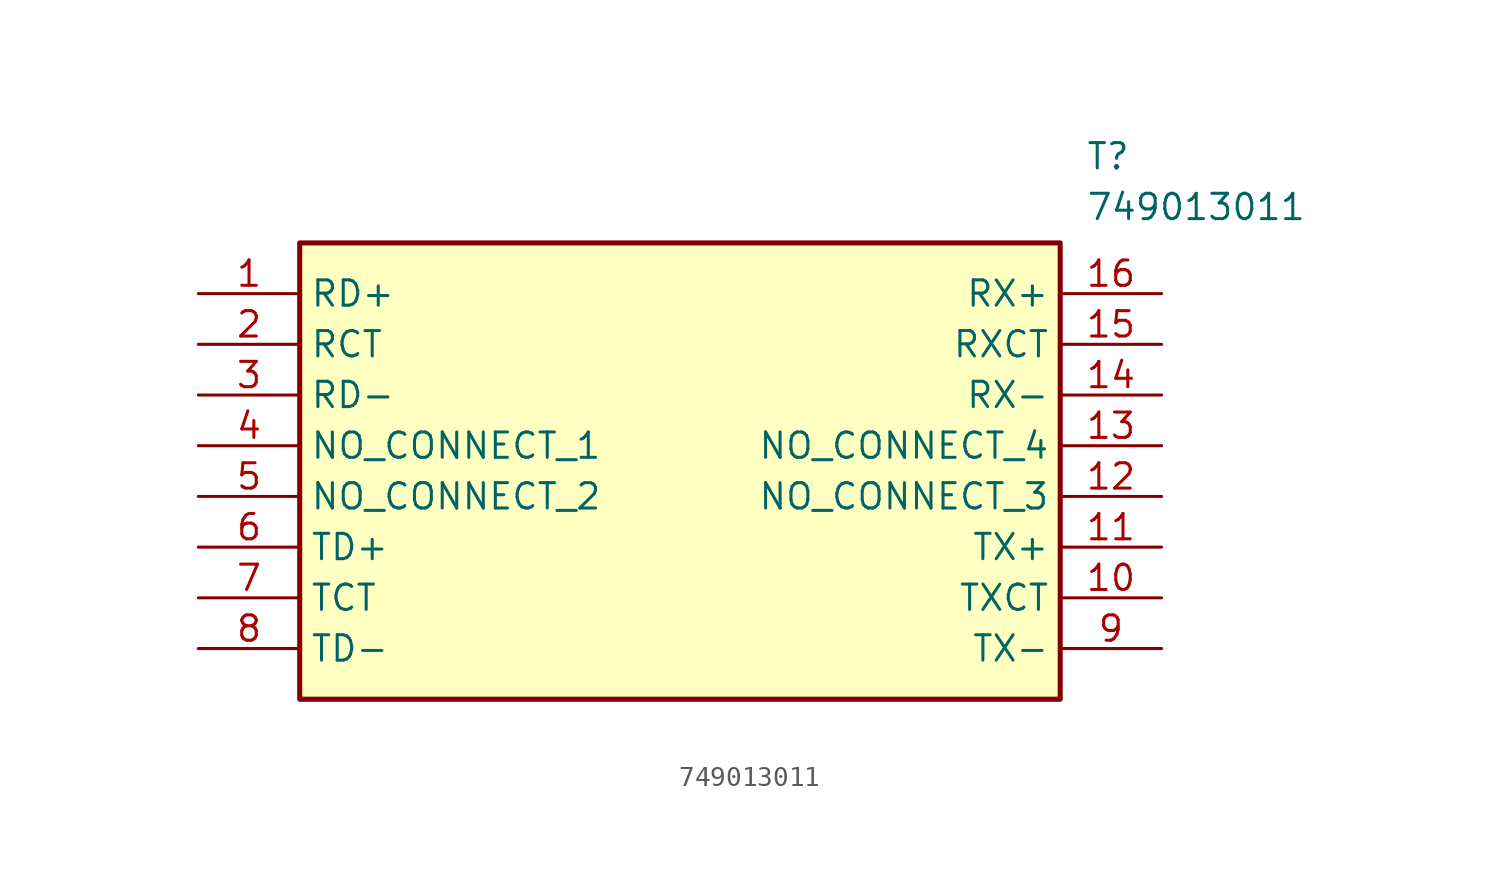
<source format=kicad_sym>
(kicad_symbol_lib
  (version 20211014)
  (generator SamacSys_ECAD_Model)
  (symbol "749013011"
    (property "Reference" "T"
      (at 44.45 7.62 0)
      (effects (font (size 1.27 1.27)) (justify left top)))
    (property "Value" "749013011"
      (at 44.45 5.08 0)
      (effects (font (size 1.27 1.27)) (justify left top)))
    (rectangle
      (start 5.08 2.54)
      (end 43.18 -20.32)
      (stroke (width 0.254) (type default))
      (fill (type background)))
    (pin passive line
      (at 0 0 0)
      (length 5.08)
      (name "RD+" (effects (font (size 1.27 1.27))))
      (number "1" (effects (font (size 1.27 1.27)))))
    (pin passive line
      (at 0 -2.54 0)
      (length 5.08)
      (name "RCT" (effects (font (size 1.27 1.27))))
      (number "2" (effects (font (size 1.27 1.27)))))
    (pin passive line
      (at 0 -5.08 0)
      (length 5.08)
      (name "RD-" (effects (font (size 1.27 1.27))))
      (number "3" (effects (font (size 1.27 1.27)))))
    (pin passive line
      (at 0 -7.62 0)
      (length 5.08)
      (name "NO_CONNECT_1" (effects (font (size 1.27 1.27))))
      (number "4" (effects (font (size 1.27 1.27)))))
    (pin passive line
      (at 0 -10.16 0)
      (length 5.08)
      (name "NO_CONNECT_2" (effects (font (size 1.27 1.27))))
      (number "5" (effects (font (size 1.27 1.27)))))
    (pin passive line
      (at 0 -12.7 0)
      (length 5.08)
      (name "TD+" (effects (font (size 1.27 1.27))))
      (number "6" (effects (font (size 1.27 1.27)))))
    (pin passive line
      (at 0 -15.24 0)
      (length 5.08)
      (name "TCT" (effects (font (size 1.27 1.27))))
      (number "7" (effects (font (size 1.27 1.27)))))
    (pin passive line
      (at 0 -17.78 0)
      (length 5.08)
      (name "TD-" (effects (font (size 1.27 1.27))))
      (number "8" (effects (font (size 1.27 1.27)))))
    (pin passive line
      (at 48.26 -17.78 180)
      (length 5.08)
      (name "TX-" (effects (font (size 1.27 1.27))))
      (number "9" (effects (font (size 1.27 1.27)))))
    (pin passive line
      (at 48.26 -15.24 180)
      (length 5.08)
      (name "TXCT" (effects (font (size 1.27 1.27))))
      (number "10" (effects (font (size 1.27 1.27)))))
    (pin passive line
      (at 48.26 -12.7 180)
      (length 5.08)
      (name "TX+" (effects (font (size 1.27 1.27))))
      (number "11" (effects (font (size 1.27 1.27)))))
    (pin passive line
      (at 48.26 -10.16 180)
      (length 5.08)
      (name "NO_CONNECT_3" (effects (font (size 1.27 1.27))))
      (number "12" (effects (font (size 1.27 1.27)))))
    (pin passive line
      (at 48.26 -7.62 180)
      (length 5.08)
      (name "NO_CONNECT_4" (effects (font (size 1.27 1.27))))
      (number "13" (effects (font (size 1.27 1.27)))))
    (pin passive line
      (at 48.26 -5.08 180)
      (length 5.08)
      (name "RX-" (effects (font (size 1.27 1.27))))
      (number "14" (effects (font (size 1.27 1.27)))))
    (pin passive line
      (at 48.26 -2.54 180)
      (length 5.08)
      (name "RXCT" (effects (font (size 1.27 1.27))))
      (number "15" (effects (font (size 1.27 1.27)))))
    (pin passive line
      (at 48.26 0 180)
      (length 5.08)
      (name "RX+" (effects (font (size 1.27 1.27))))
      (number "16" (effects (font (size 1.27 1.27)))))))
</source>
